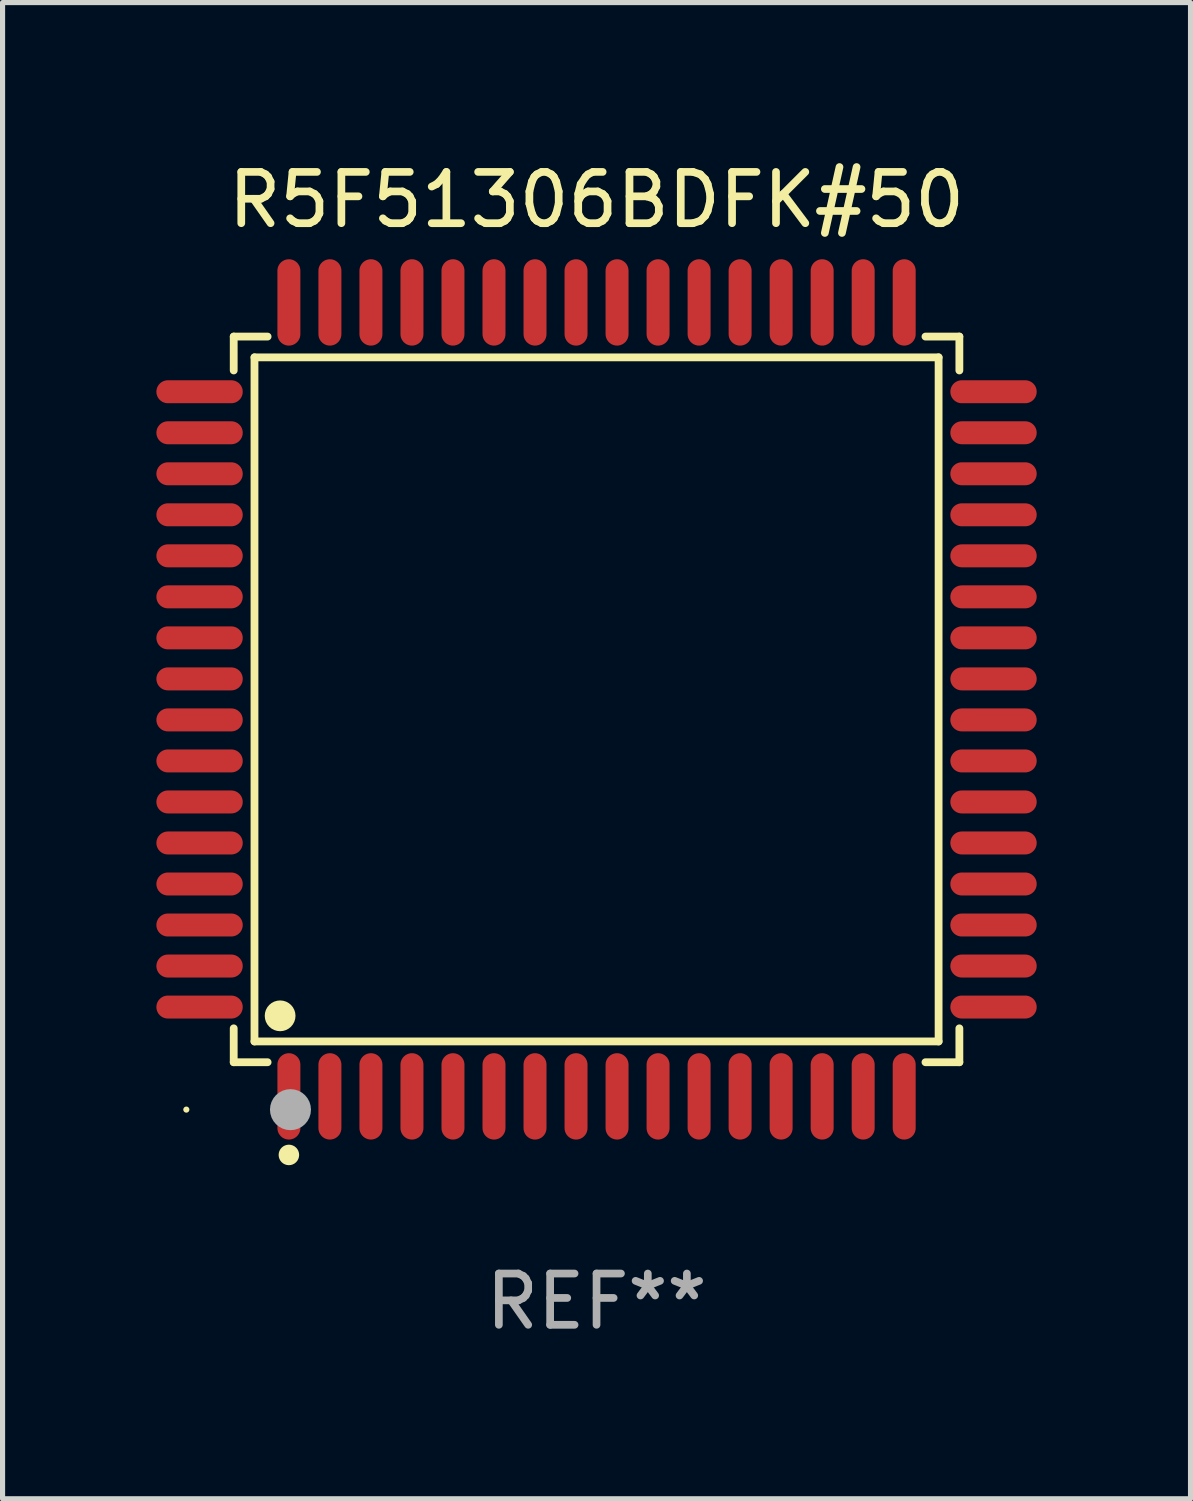
<source format=kicad_pcb>
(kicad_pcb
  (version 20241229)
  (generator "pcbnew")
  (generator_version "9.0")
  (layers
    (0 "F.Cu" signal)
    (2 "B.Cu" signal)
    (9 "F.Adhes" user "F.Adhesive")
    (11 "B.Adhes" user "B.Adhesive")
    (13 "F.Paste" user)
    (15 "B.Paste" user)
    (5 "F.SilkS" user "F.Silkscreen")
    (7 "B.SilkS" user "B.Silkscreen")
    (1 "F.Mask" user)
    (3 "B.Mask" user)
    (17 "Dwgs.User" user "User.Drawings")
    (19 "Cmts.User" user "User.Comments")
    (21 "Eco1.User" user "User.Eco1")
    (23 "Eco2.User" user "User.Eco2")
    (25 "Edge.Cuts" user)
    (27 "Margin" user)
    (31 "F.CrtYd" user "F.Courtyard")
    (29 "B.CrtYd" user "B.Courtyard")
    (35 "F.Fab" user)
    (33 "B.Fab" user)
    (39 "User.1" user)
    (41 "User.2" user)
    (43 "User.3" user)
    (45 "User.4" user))
  (footprint "R5F51306BDFK#50"
    (layer "F.Cu")
    (at 8.584 10.59)
    (property "Reference" "R5F51306BDFK#50" (at 0 -9.742 0) (layer "F.SilkS") (effects (font (size 1 1) (thickness 0.15))))
    (attr through_hole)
    (fp_line (start -7.076 -7.076) (end -6.415 -7.076) (stroke (width 0.152) (type solid)) (layer "F.SilkS"))
    (fp_line (start -7.076 -6.415) (end -7.076 -7.076) (stroke (width 0.152) (type solid)) (layer "F.SilkS"))
    (fp_line (start -7.076 6.415) (end -7.076 7.076) (stroke (width 0.152) (type solid)) (layer "F.SilkS"))
    (fp_line (start -7.076 7.076) (end -6.415 7.076) (stroke (width 0.152) (type solid)) (layer "F.SilkS"))
    (fp_line (start -6.671 -6.671) (end 6.671 -6.671) (stroke (width 0.152) (type solid)) (layer "F.SilkS"))
    (fp_line (start -6.671 6.671) (end -6.671 -6.671) (stroke (width 0.152) (type solid)) (layer "F.SilkS"))
    (fp_line (start 6.671 -6.671) (end 6.671 6.671) (stroke (width 0.152) (type solid)) (layer "F.SilkS"))
    (fp_line (start 6.671 6.671) (end -6.671 6.671) (stroke (width 0.152) (type solid)) (layer "F.SilkS"))
    (fp_line (start 7.076 -7.076) (end 6.415 -7.076) (stroke (width 0.152) (type solid)) (layer "F.SilkS"))
    (fp_line (start 7.076 -6.415) (end 7.076 -7.076) (stroke (width 0.152) (type solid)) (layer "F.SilkS"))
    (fp_line (start 7.076 6.415) (end 7.076 7.076) (stroke (width 0.152) (type solid)) (layer "F.SilkS"))
    (fp_line (start 7.076 7.076) (end 6.415 7.076) (stroke (width 0.152) (type solid)) (layer "F.SilkS"))
    (fp_circle (center -8 8) (end -7.97 8) (stroke (width 0.06) (type solid)) (fill no) (layer "F.SilkS"))
    (fp_circle (center -6.171 6.171) (end -6.021 6.171) (stroke (width 0.3) (type solid)) (fill no) (layer "F.SilkS"))
    (fp_circle (center -6 8.884) (end -5.9 8.884) (stroke (width 0.2) (type solid)) (fill no) (layer "F.SilkS"))
    (fp_circle (center -5.969 8.001) (end -5.769 8.001) (stroke (width 0.4) (type solid)) (fill no) (layer "F.Fab"))
    (fp_text user "REF**" (at 0 11.742 0) (layer "F.Fab") (effects (font (size 1 1) (thickness 0.15))))
    (pad "1" smd oval (at -6 7.742) (size 0.448 1.684) (layers "F.Cu" "F.Mask" "F.Paste"))
    (pad "2" smd oval (at -5.2 7.742) (size 0.448 1.684) (layers "F.Cu" "F.Mask" "F.Paste"))
    (pad "3" smd oval (at -4.4 7.742) (size 0.448 1.684) (layers "F.Cu" "F.Mask" "F.Paste"))
    (pad "4" smd oval (at -3.6 7.742) (size 0.448 1.684) (layers "F.Cu" "F.Mask" "F.Paste"))
    (pad "5" smd oval (at -2.8 7.742) (size 0.448 1.684) (layers "F.Cu" "F.Mask" "F.Paste"))
    (pad "6" smd oval (at -2 7.742) (size 0.448 1.684) (layers "F.Cu" "F.Mask" "F.Paste"))
    (pad "7" smd oval (at -1.2 7.742) (size 0.448 1.684) (layers "F.Cu" "F.Mask" "F.Paste"))
    (pad "8" smd oval (at -0.4 7.742) (size 0.448 1.684) (layers "F.Cu" "F.Mask" "F.Paste"))
    (pad "9" smd oval (at 0.4 7.742) (size 0.448 1.684) (layers "F.Cu" "F.Mask" "F.Paste"))
    (pad "10" smd oval (at 1.2 7.742) (size 0.448 1.684) (layers "F.Cu" "F.Mask" "F.Paste"))
    (pad "11" smd oval (at 2 7.742) (size 0.448 1.684) (layers "F.Cu" "F.Mask" "F.Paste"))
    (pad "12" smd oval (at 2.8 7.742) (size 0.448 1.684) (layers "F.Cu" "F.Mask" "F.Paste"))
    (pad "13" smd oval (at 3.6 7.742) (size 0.448 1.684) (layers "F.Cu" "F.Mask" "F.Paste"))
    (pad "14" smd oval (at 4.4 7.742) (size 0.448 1.684) (layers "F.Cu" "F.Mask" "F.Paste"))
    (pad "15" smd oval (at 5.2 7.742) (size 0.448 1.684) (layers "F.Cu" "F.Mask" "F.Paste"))
    (pad "16" smd oval (at 6 7.742) (size 0.448 1.684) (layers "F.Cu" "F.Mask" "F.Paste"))
    (pad "17" smd oval (at 7.742 6) (size 1.684 0.448) (layers "F.Cu" "F.Mask" "F.Paste"))
    (pad "18" smd oval (at 7.742 5.2) (size 1.684 0.448) (layers "F.Cu" "F.Mask" "F.Paste"))
    (pad "19" smd oval (at 7.742 4.4) (size 1.684 0.448) (layers "F.Cu" "F.Mask" "F.Paste"))
    (pad "20" smd oval (at 7.742 3.6) (size 1.684 0.448) (layers "F.Cu" "F.Mask" "F.Paste"))
    (pad "21" smd oval (at 7.742 2.8) (size 1.684 0.448) (layers "F.Cu" "F.Mask" "F.Paste"))
    (pad "22" smd oval (at 7.742 2) (size 1.684 0.448) (layers "F.Cu" "F.Mask" "F.Paste"))
    (pad "23" smd oval (at 7.742 1.2) (size 1.684 0.448) (layers "F.Cu" "F.Mask" "F.Paste"))
    (pad "24" smd oval (at 7.742 0.4) (size 1.684 0.448) (layers "F.Cu" "F.Mask" "F.Paste"))
    (pad "25" smd oval (at 7.742 -0.4) (size 1.684 0.448) (layers "F.Cu" "F.Mask" "F.Paste"))
    (pad "26" smd oval (at 7.742 -1.2) (size 1.684 0.448) (layers "F.Cu" "F.Mask" "F.Paste"))
    (pad "27" smd oval (at 7.742 -2) (size 1.684 0.448) (layers "F.Cu" "F.Mask" "F.Paste"))
    (pad "28" smd oval (at 7.742 -2.8) (size 1.684 0.448) (layers "F.Cu" "F.Mask" "F.Paste"))
    (pad "29" smd oval (at 7.742 -3.6) (size 1.684 0.448) (layers "F.Cu" "F.Mask" "F.Paste"))
    (pad "30" smd oval (at 7.742 -4.4) (size 1.684 0.448) (layers "F.Cu" "F.Mask" "F.Paste"))
    (pad "31" smd oval (at 7.742 -5.2) (size 1.684 0.448) (layers "F.Cu" "F.Mask" "F.Paste"))
    (pad "32" smd oval (at 7.742 -6) (size 1.684 0.448) (layers "F.Cu" "F.Mask" "F.Paste"))
    (pad "33" smd oval (at 6 -7.742) (size 0.448 1.684) (layers "F.Cu" "F.Mask" "F.Paste"))
    (pad "34" smd oval (at 5.2 -7.742) (size 0.448 1.684) (layers "F.Cu" "F.Mask" "F.Paste"))
    (pad "35" smd oval (at 4.4 -7.742) (size 0.448 1.684) (layers "F.Cu" "F.Mask" "F.Paste"))
    (pad "36" smd oval (at 3.6 -7.742) (size 0.448 1.684) (layers "F.Cu" "F.Mask" "F.Paste"))
    (pad "37" smd oval (at 2.8 -7.742) (size 0.448 1.684) (layers "F.Cu" "F.Mask" "F.Paste"))
    (pad "38" smd oval (at 2 -7.742) (size 0.448 1.684) (layers "F.Cu" "F.Mask" "F.Paste"))
    (pad "39" smd oval (at 1.2 -7.742) (size 0.448 1.684) (layers "F.Cu" "F.Mask" "F.Paste"))
    (pad "40" smd oval (at 0.4 -7.742) (size 0.448 1.684) (layers "F.Cu" "F.Mask" "F.Paste"))
    (pad "41" smd oval (at -0.4 -7.742) (size 0.448 1.684) (layers "F.Cu" "F.Mask" "F.Paste"))
    (pad "42" smd oval (at -1.2 -7.742) (size 0.448 1.684) (layers "F.Cu" "F.Mask" "F.Paste"))
    (pad "43" smd oval (at -2 -7.742) (size 0.448 1.684) (layers "F.Cu" "F.Mask" "F.Paste"))
    (pad "44" smd oval (at -2.8 -7.742) (size 0.448 1.684) (layers "F.Cu" "F.Mask" "F.Paste"))
    (pad "45" smd oval (at -3.6 -7.742) (size 0.448 1.684) (layers "F.Cu" "F.Mask" "F.Paste"))
    (pad "46" smd oval (at -4.4 -7.742) (size 0.448 1.684) (layers "F.Cu" "F.Mask" "F.Paste"))
    (pad "47" smd oval (at -5.2 -7.742) (size 0.448 1.684) (layers "F.Cu" "F.Mask" "F.Paste"))
    (pad "48" smd oval (at -6 -7.742) (size 0.448 1.684) (layers "F.Cu" "F.Mask" "F.Paste"))
    (pad "49" smd oval (at -7.742 -6) (size 1.684 0.448) (layers "F.Cu" "F.Mask" "F.Paste"))
    (pad "50" smd oval (at -7.742 -5.2) (size 1.684 0.448) (layers "F.Cu" "F.Mask" "F.Paste"))
    (pad "51" smd oval (at -7.742 -4.4) (size 1.684 0.448) (layers "F.Cu" "F.Mask" "F.Paste"))
    (pad "52" smd oval (at -7.742 -3.6) (size 1.684 0.448) (layers "F.Cu" "F.Mask" "F.Paste"))
    (pad "53" smd oval (at -7.742 -2.8) (size 1.684 0.448) (layers "F.Cu" "F.Mask" "F.Paste"))
    (pad "54" smd oval (at -7.742 -2) (size 1.684 0.448) (layers "F.Cu" "F.Mask" "F.Paste"))
    (pad "55" smd oval (at -7.742 -1.2) (size 1.684 0.448) (layers "F.Cu" "F.Mask" "F.Paste"))
    (pad "56" smd oval (at -7.742 -0.4) (size 1.684 0.448) (layers "F.Cu" "F.Mask" "F.Paste"))
    (pad "57" smd oval (at -7.742 0.4) (size 1.684 0.448) (layers "F.Cu" "F.Mask" "F.Paste"))
    (pad "58" smd oval (at -7.742 1.2) (size 1.684 0.448) (layers "F.Cu" "F.Mask" "F.Paste"))
    (pad "59" smd oval (at -7.742 2) (size 1.684 0.448) (layers "F.Cu" "F.Mask" "F.Paste"))
    (pad "60" smd oval (at -7.742 2.8) (size 1.684 0.448) (layers "F.Cu" "F.Mask" "F.Paste"))
    (pad "61" smd oval (at -7.742 3.6) (size 1.684 0.448) (layers "F.Cu" "F.Mask" "F.Paste"))
    (pad "62" smd oval (at -7.742 4.4) (size 1.684 0.448) (layers "F.Cu" "F.Mask" "F.Paste"))
    (pad "63" smd oval (at -7.742 5.2) (size 1.684 0.448) (layers "F.Cu" "F.Mask" "F.Paste"))
    (pad "64" smd oval (at -7.742 6) (size 1.684 0.448) (layers "F.Cu" "F.Mask" "F.Paste")))
  (gr_rect
    (start -3 -3)
    (end 20.168 26.18)
    (stroke (width 0.1) (type default))
    (fill no)
    (layer "Edge.Cuts")))
</source>
